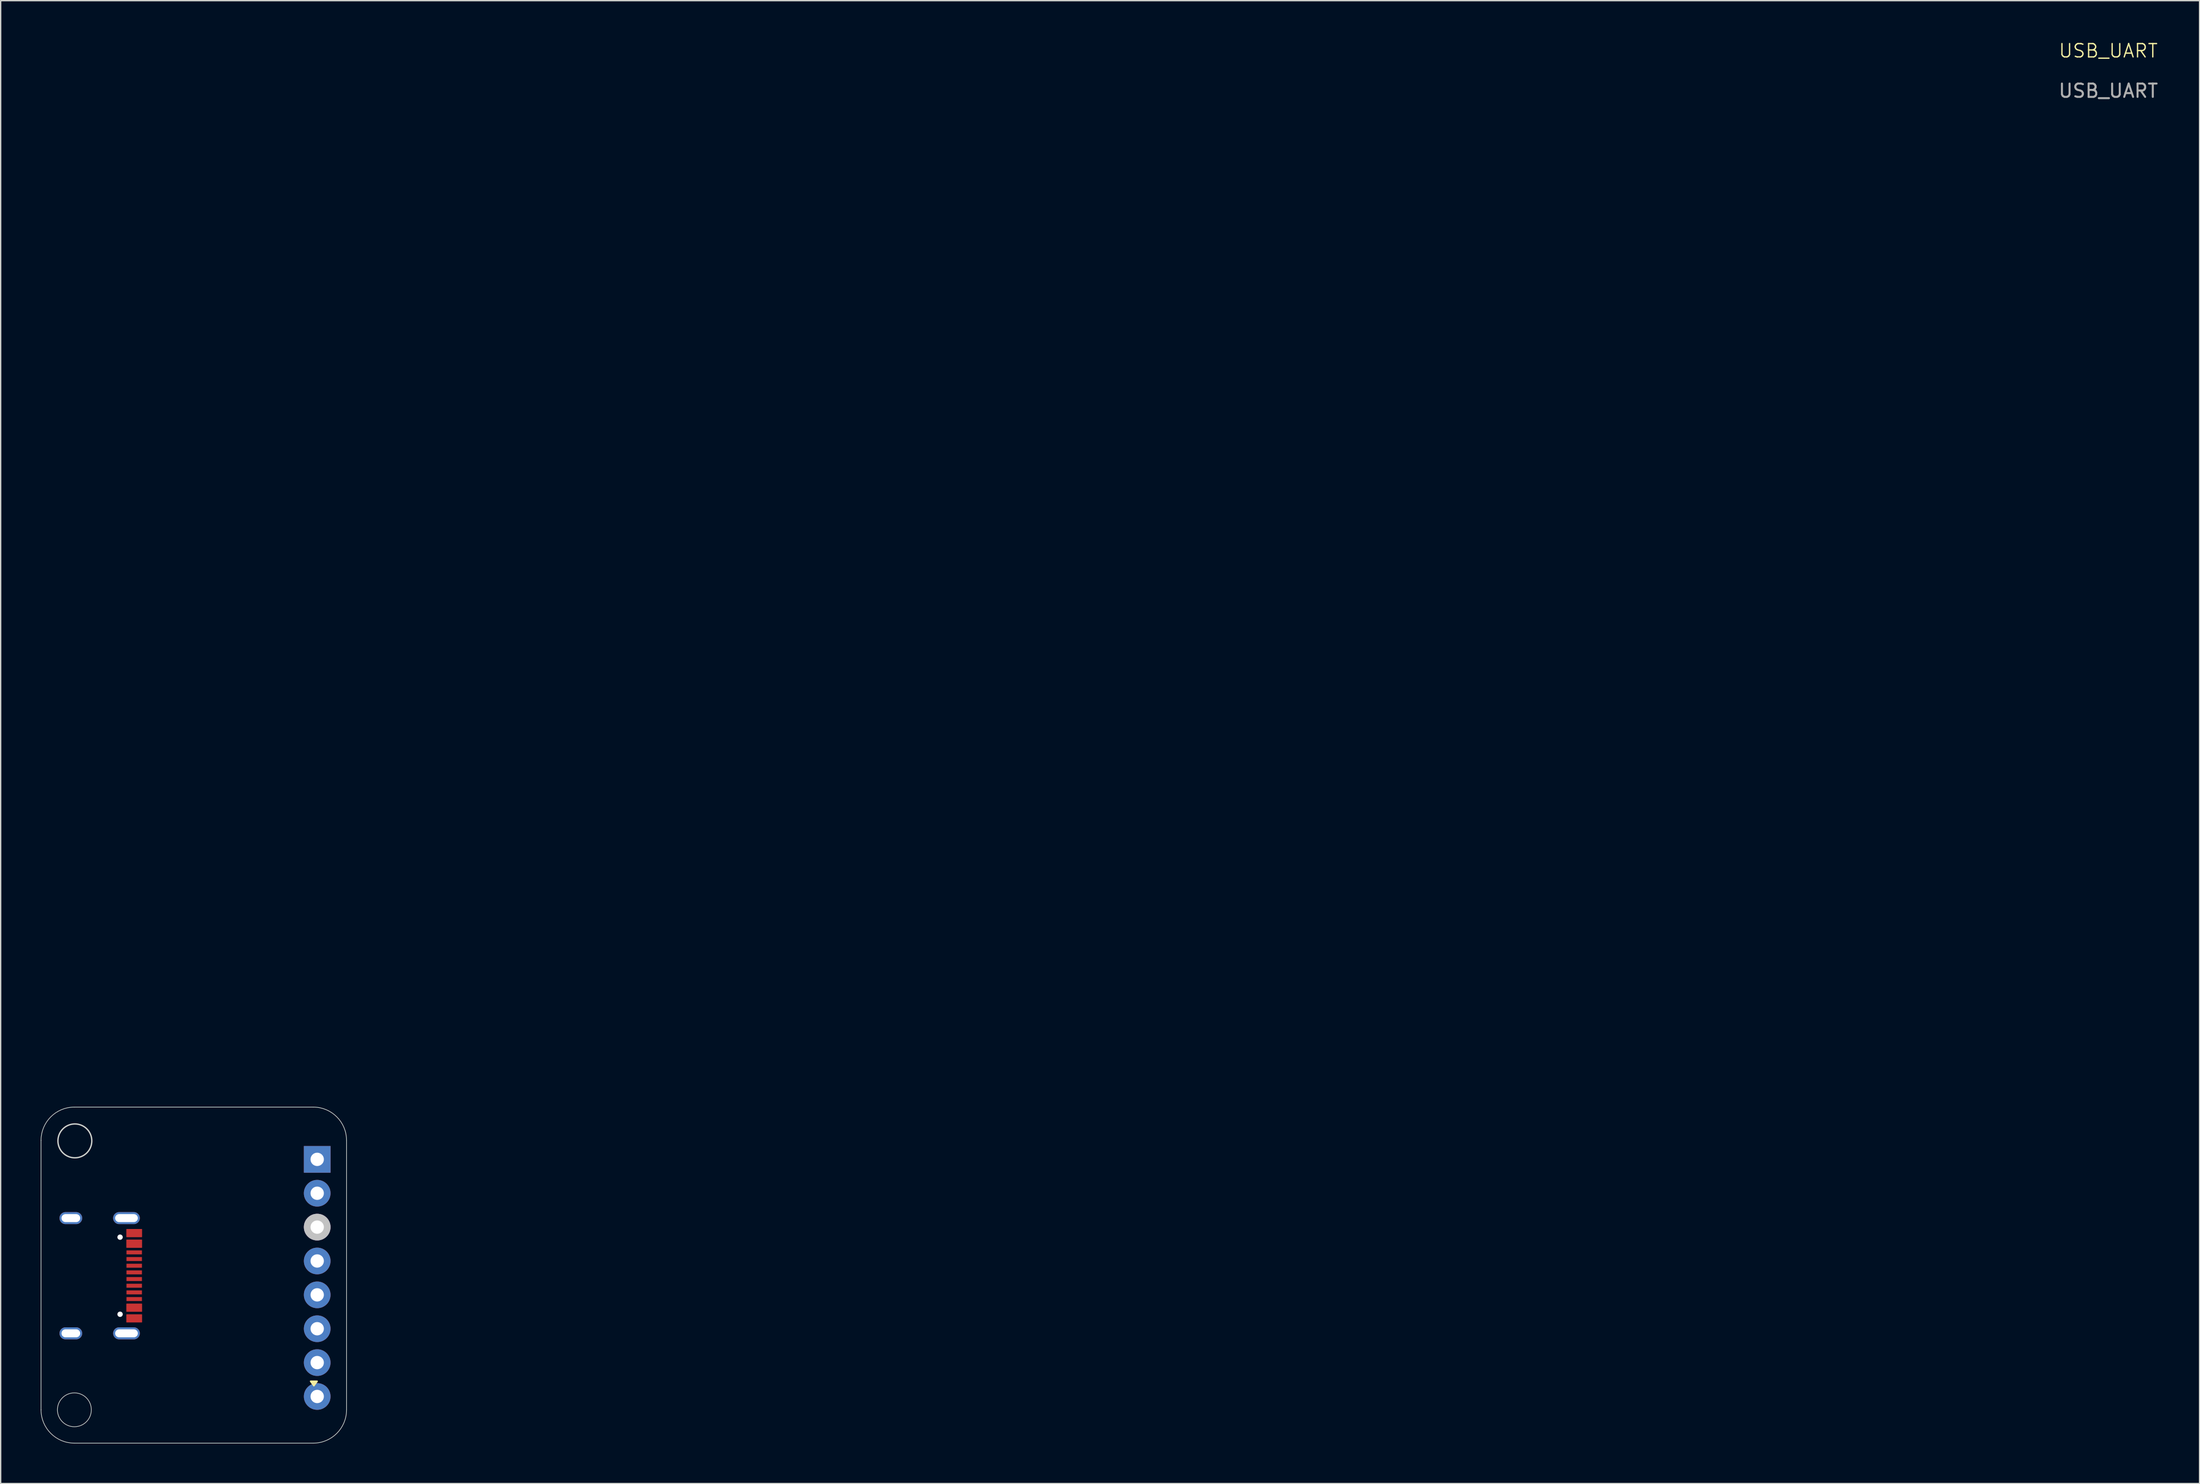
<source format=kicad_pcb>
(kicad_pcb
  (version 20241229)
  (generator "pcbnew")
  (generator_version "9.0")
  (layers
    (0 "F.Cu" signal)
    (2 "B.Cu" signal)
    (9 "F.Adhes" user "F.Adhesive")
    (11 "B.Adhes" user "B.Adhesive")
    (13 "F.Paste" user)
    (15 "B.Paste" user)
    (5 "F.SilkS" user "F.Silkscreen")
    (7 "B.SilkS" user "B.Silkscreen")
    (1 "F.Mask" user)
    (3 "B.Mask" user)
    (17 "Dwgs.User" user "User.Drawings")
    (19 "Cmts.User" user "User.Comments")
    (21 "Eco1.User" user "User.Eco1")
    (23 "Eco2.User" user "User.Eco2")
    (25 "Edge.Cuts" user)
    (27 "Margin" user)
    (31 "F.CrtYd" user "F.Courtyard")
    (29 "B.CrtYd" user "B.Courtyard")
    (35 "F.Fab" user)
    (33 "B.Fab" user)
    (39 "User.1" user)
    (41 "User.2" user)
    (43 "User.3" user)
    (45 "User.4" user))
  (footprint "USB_UART"
    (layer "F.Cu")
    (at 12.775 90.46)
    (property "Reference" "USB_UART" (at 142.2 -89.7 0) (unlocked yes) (layer "F.SilkS") (effects (font (size 1 1) (thickness 0.1))))
    (attr smd)
    (fp_poly (pts (xy 7.7 10.395) (xy 7.46 10.065) (xy 7.94 10.065) (xy 7.7 10.395)) (stroke (width 0.12) (type solid)) (fill yes) (layer "F.SilkS"))
    (fp_line (start -12.75 12.205) (end -12.75 -7.995) (stroke (width 0.05) (type default)) (layer "Edge.Cuts"))
    (fp_line (start -10.25 -10.495) (end 7.65 -10.495) (stroke (width 0.05) (type default)) (layer "Edge.Cuts"))
    (fp_line (start 7.65 14.705) (end -10.25 14.705) (stroke (width 0.05) (type default)) (layer "Edge.Cuts"))
    (fp_line (start 10.15 -7.995) (end 10.15 12.205) (stroke (width 0.05) (type default)) (layer "Edge.Cuts"))
    (fp_arc (start -12.75 -7.995) (mid -12.017767 -9.762767) (end -10.25 -10.495) (stroke (width 0.05) (type default)) (layer "Edge.Cuts"))
    (fp_arc (start -10.25 14.705) (mid -12.017767 13.972767) (end -12.75 12.205) (stroke (width 0.05) (type default)) (layer "Edge.Cuts"))
    (fp_arc (start 7.65 -10.495) (mid 9.417767 -9.762767) (end 10.15 -7.995) (stroke (width 0.05) (type default)) (layer "Edge.Cuts"))
    (fp_arc (start 10.15 12.205) (mid 9.417767 13.972767) (end 7.65 14.705) (stroke (width 0.05) (type default)) (layer "Edge.Cuts"))
    (fp_circle (center -10.25 12.205) (end -8.98 12.205) (stroke (width 0.05) (type default)) (fill no) (layer "Edge.Cuts"))
    (fp_circle (center -10.213 -7.961) (end -8.943 -7.961) (stroke (width 0.1) (type default)) (fill no) (layer "Edge.Cuts"))
    (fp_text user "${REFERENCE}" (at 142.2 -86.7 0) (unlocked yes) (layer "F.Fab") (effects (font (size 1 1) (thickness 0.15))))
    (pad "" np_thru_hole circle (at -6.825 -0.74 90) (size 0.4 0.4) (drill 0.4) (layers "*.Cu" "*.Mask"))
    (pad "" np_thru_hole circle (at -6.825 5.04 90) (size 0.4 0.4) (drill 0.4) (layers "*.Cu" "*.Mask"))
    (pad "1" thru_hole rect (at 7.95 -6.575) (size 2 2) (drill 1) (layers "*.Cu" "*.Mask"))
    (pad "2" thru_hole oval (at 7.95 -4.035) (size 2 2) (drill 1) (layers "*.Cu" "*.Mask"))
    (pad "3" thru_hole oval (at 7.95 -1.495) (size 2 2) (drill 1) (layers "*.Cu" "*.Mask" "Dwgs.User"))
    (pad "4" thru_hole oval (at 7.95 1.045) (size 2 2) (drill 1) (layers "*.Cu" "*.Mask"))
    (pad "5" thru_hole oval (at 7.95 3.585) (size 2 2) (drill 1) (layers "*.Cu" "*.Mask"))
    (pad "6" thru_hole oval (at 7.95 6.125) (size 2 2) (drill 1) (layers "*.Cu" "*.Mask"))
    (pad "7" thru_hole oval (at 7.95 8.665) (size 2 2) (drill 1) (layers "*.Cu" "*.Mask"))
    (pad "8" thru_hole oval (at 7.95 11.205) (size 2 2) (drill 1) (layers "*.Cu" "*.Mask"))
    (pad "A1" smd rect (at -5.765 -1.05 270) (size 0.6 1.16) (layers "F.Cu" "F.Mask" "F.Paste"))
    (pad "A4" smd rect (at -5.765 -0.25 270) (size 0.6 1.16) (layers "F.Cu" "F.Mask" "F.Paste"))
    (pad "A5" smd rect (at -5.765 0.9 90) (size 0.3 1.16) (layers "F.Cu" "F.Mask" "F.Paste"))
    (pad "A6" smd rect (at -5.765 1.9 90) (size 0.3 1.16) (layers "F.Cu" "F.Mask" "F.Paste"))
    (pad "A7" smd rect (at -5.765 2.4 90) (size 0.3 1.16) (layers "F.Cu" "F.Mask" "F.Paste"))
    (pad "A8" smd rect (at -5.765 3.4 90) (size 0.3 1.16) (layers "F.Cu" "F.Mask" "F.Paste"))
    (pad "A9" smd rect (at -5.765 4.55 270) (size 0.6 1.16) (layers "F.Cu" "F.Mask" "F.Paste"))
    (pad "A12" smd rect (at -5.765 5.35 270) (size 0.6 1.16) (layers "F.Cu" "F.Mask" "F.Paste"))
    (pad "B1" smd rect (at -5.765 5.35 270) (size 0.6 1.16) (layers "F.Cu" "F.Mask" "F.Paste"))
    (pad "B4" smd rect (at -5.765 4.55 270) (size 0.6 1.16) (layers "F.Cu" "F.Mask" "F.Paste"))
    (pad "B5" smd rect (at -5.765 3.9 90) (size 0.3 1.16) (layers "F.Cu" "F.Mask" "F.Paste"))
    (pad "B6" smd rect (at -5.765 2.9 90) (size 0.3 1.16) (layers "F.Cu" "F.Mask" "F.Paste"))
    (pad "B7" smd rect (at -5.765 1.4 90) (size 0.3 1.16) (layers "F.Cu" "F.Mask" "F.Paste"))
    (pad "B8" smd rect (at -5.765 0.4 90) (size 0.3 1.16) (layers "F.Cu" "F.Mask" "F.Paste"))
    (pad "B9" smd rect (at -5.765 -0.25 270) (size 0.6 1.16) (layers "F.Cu" "F.Mask" "F.Paste"))
    (pad "B12" smd rect (at -5.765 -1.05 270) (size 0.6 1.16) (layers "F.Cu" "F.Mask" "F.Paste"))
    (pad "S1" thru_hole oval (at -10.515 -2.17) (size 1.7 0.9) (drill oval 1.4 0.6) (layers "*.Cu" "*.Mask"))
    (pad "S1" thru_hole oval (at -10.515 6.47) (size 1.7 0.9) (drill oval 1.4 0.6) (layers "*.Cu" "*.Mask"))
    (pad "S1" thru_hole oval (at -6.345 -2.17) (size 2 0.9) (drill oval 1.7 0.6) (layers "*.Cu" "*.Mask"))
    (pad "S1" thru_hole oval (at -6.345 6.47) (size 2 0.9) (drill oval 1.7 0.6) (layers "*.Cu" "*.Mask")))
  (gr_rect
    (start -3 -3)
    (end 161.814 108.191)
    (stroke (width 0.1) (type default))
    (fill no)
    (layer "Edge.Cuts")))
</source>
